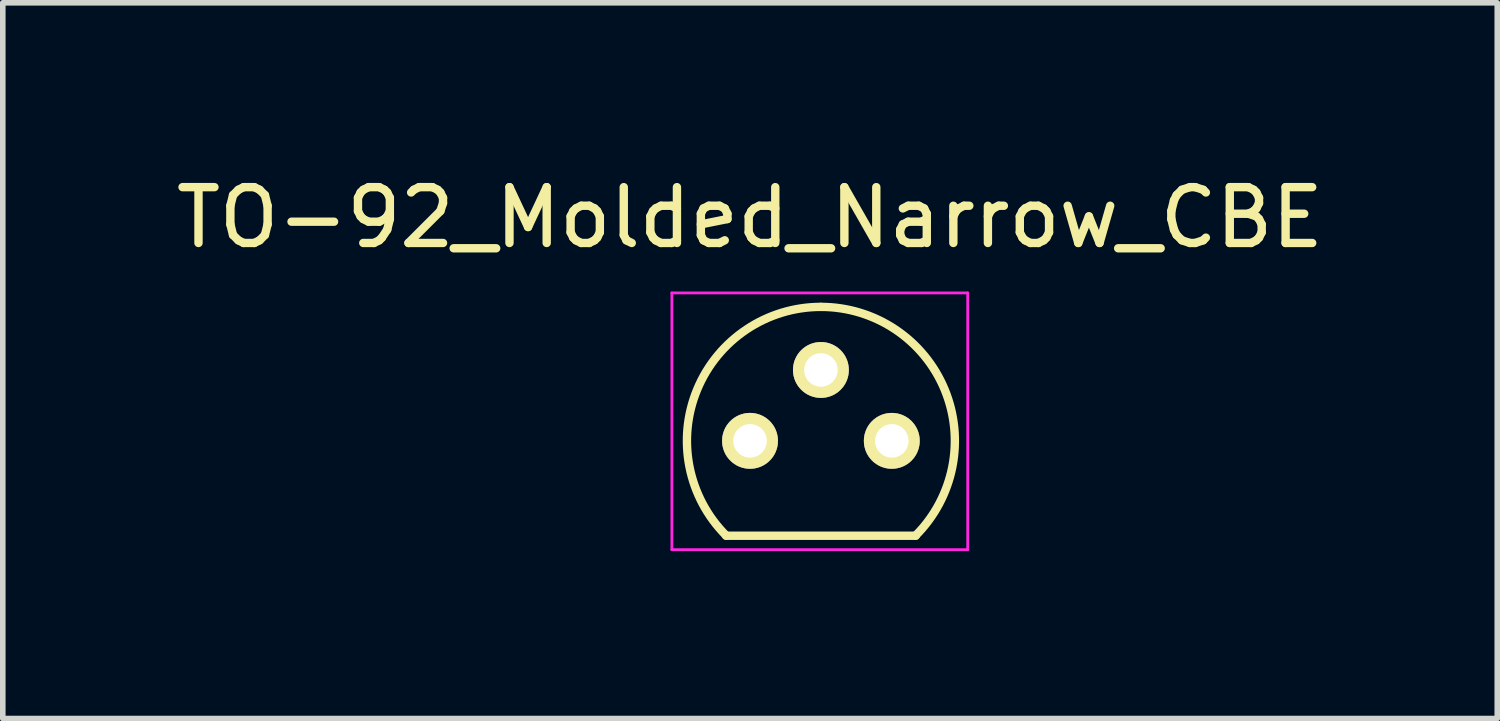
<source format=kicad_pcb>
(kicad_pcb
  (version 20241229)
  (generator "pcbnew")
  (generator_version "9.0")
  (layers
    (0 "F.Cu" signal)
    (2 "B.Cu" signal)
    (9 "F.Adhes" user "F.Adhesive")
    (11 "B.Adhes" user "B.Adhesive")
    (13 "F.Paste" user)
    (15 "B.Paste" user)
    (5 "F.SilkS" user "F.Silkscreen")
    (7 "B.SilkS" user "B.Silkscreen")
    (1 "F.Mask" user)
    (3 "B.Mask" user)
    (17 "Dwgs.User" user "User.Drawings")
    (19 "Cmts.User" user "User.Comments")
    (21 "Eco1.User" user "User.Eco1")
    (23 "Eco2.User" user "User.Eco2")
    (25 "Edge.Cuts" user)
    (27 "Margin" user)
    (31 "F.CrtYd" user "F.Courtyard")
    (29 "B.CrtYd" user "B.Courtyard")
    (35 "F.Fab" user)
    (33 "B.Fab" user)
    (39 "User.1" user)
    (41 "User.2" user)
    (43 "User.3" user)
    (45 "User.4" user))
  (footprint "TO-92_Molded_Narrow_CBE"
    (layer "F.Cu")
    (at 10.387 4.848)
    (property "Reference" "TO-92_Molded_Narrow_CBE" (at 0 -4 0) (layer "F.SilkS") (effects (font (size 1 1) (thickness 0.15))))
    (attr through_hole)
    (fp_line (start -0.43 1.7) (end 2.97 1.7) (stroke (width 0.15) (type solid)) (layer "F.SilkS"))
    (fp_arc (start -0.427056 1.697056) (mid -0.947311 -0.91844) (end 1.27 -2.4) (stroke (width 0.15) (type solid)) (layer "F.SilkS"))
    (fp_arc (start 1.27 -2.4) (mid 3.487311 -0.91844) (end 2.967056 1.697056) (stroke (width 0.15) (type solid)) (layer "F.SilkS"))
    (fp_line (start -1.4 -2.65) (end 3.9 -2.65) (stroke (width 0.05) (type solid)) (layer "F.CrtYd"))
    (fp_line (start -1.4 1.95) (end -1.4 -2.65) (stroke (width 0.05) (type solid)) (layer "F.CrtYd"))
    (fp_line (start -1.4 1.95) (end 3.9 1.95) (stroke (width 0.05) (type solid)) (layer "F.CrtYd"))
    (fp_line (start 3.9 1.95) (end 3.9 -2.65) (stroke (width 0.05) (type solid)) (layer "F.CrtYd"))
    (pad "1" thru_hole circle (at 0 0 90) (size 1.001 1.001) (drill 0.6) (layers "*.Cu" "*.Mask" "F.SilkS"))
    (pad "2" thru_hole circle (at 1.27 -1.27 90) (size 1.001 1.001) (drill 0.6) (layers "*.Cu" "*.Mask" "F.SilkS"))
    (pad "3" thru_hole circle (at 2.54 0 90) (size 1.001 1.001) (drill 0.6) (layers "*.Cu" "*.Mask" "F.SilkS")))
  (gr_rect
    (start -3 -3)
    (end 23.774 9.823)
    (stroke (width 0.1) (type default))
    (fill no)
    (layer "Edge.Cuts")))
</source>
